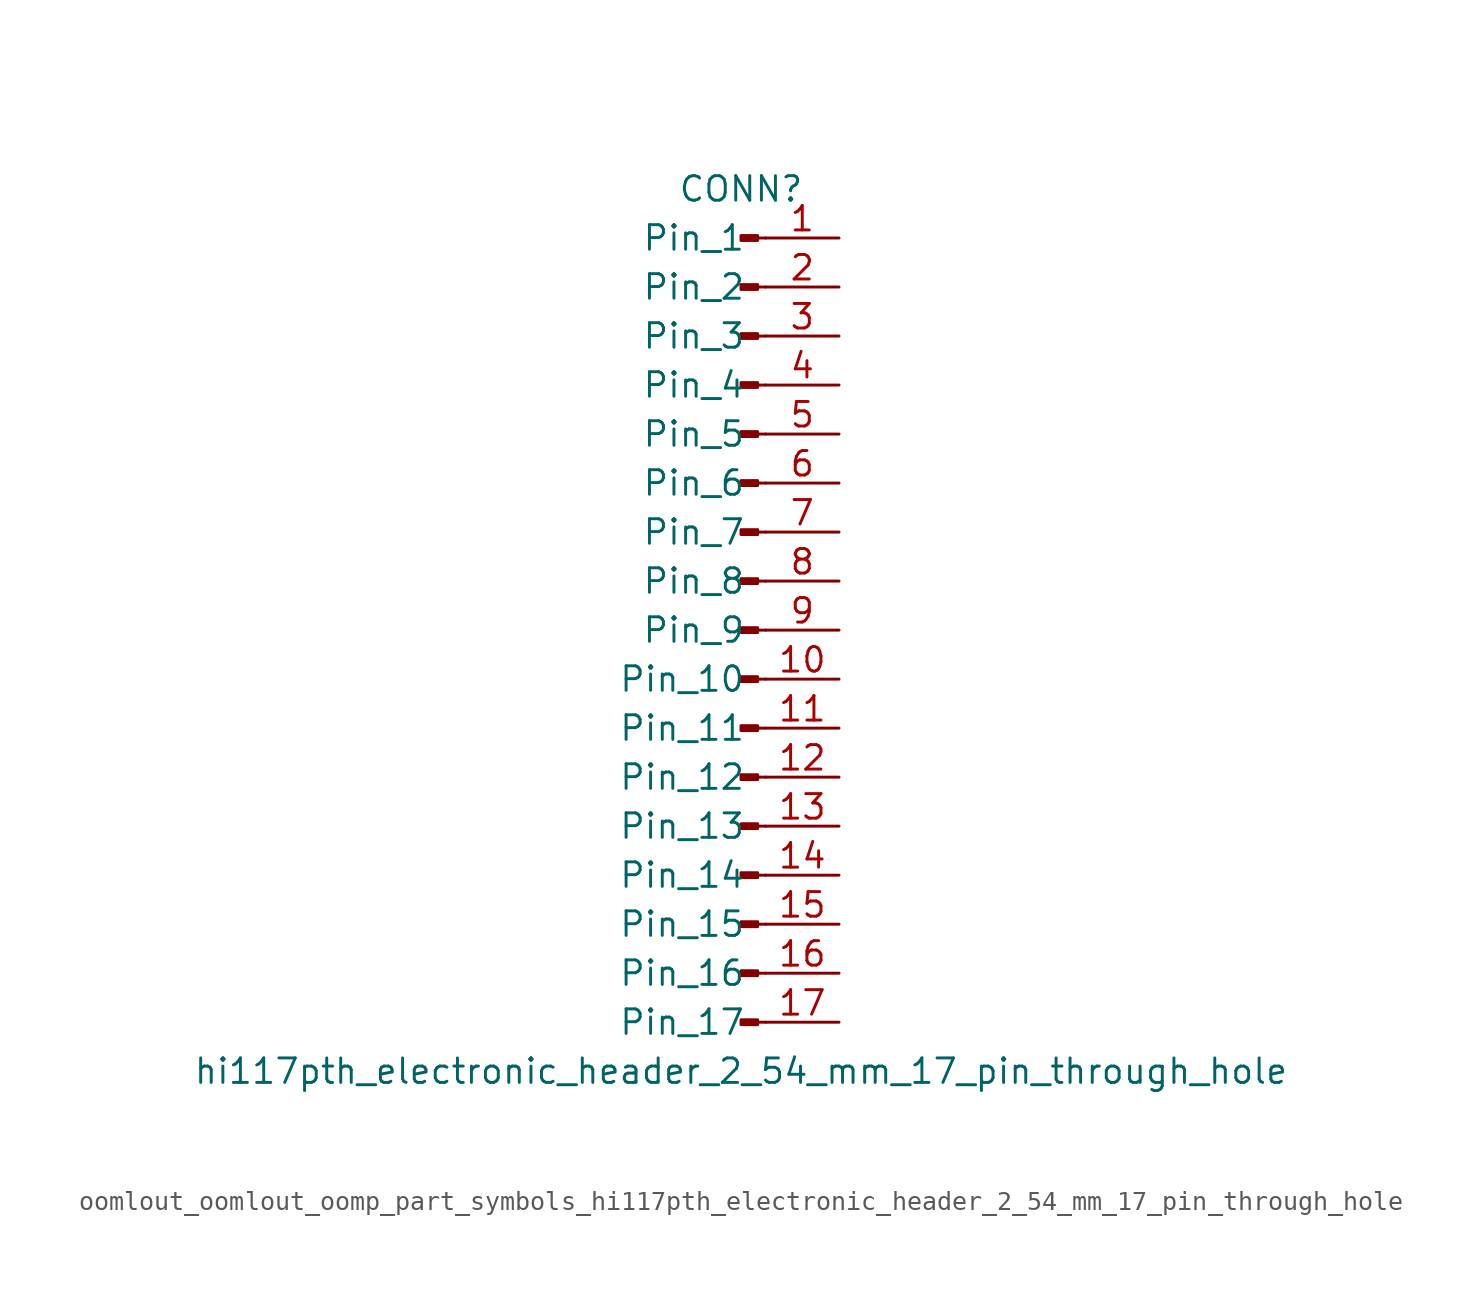
<source format=kicad_sym>
(kicad_symbol_lib
  (version 20220914)
  (generator kicad_symbol_editor)
  (symbol "oomlout_oomlout_oomp_part_symbols_hi117pth_electronic_header_2_54_mm_17_pin_through_hole"
    (pin_names
      (offset 1.016))
    (property "Reference" "CONN"
      (at 0 22.86 0)
      (effects (font (size 1.27 1.27))))
    (property "Value" "hi117pth_electronic_header_2_54_mm_17_pin_through_hole"
      (at 0 -22.86 0)
      (effects (font (size 1.27 1.27))))
    (property "ki_locked" ""
      (at 0 0 0)
      (effects (font (size 1.27 1.27))))
    (symbol "oomlout_oomlout_oomp_part_symbols_hi117pth_electronic_header_2_54_mm_17_pin_through_hole_1_1"
      (polyline (pts (xy 1.27 -20.32) (xy 0.864 -20.32)) (stroke (width 0.152) (type default)) (fill (type none)))
      (polyline (pts (xy 1.27 -17.78) (xy 0.864 -17.78)) (stroke (width 0.152) (type default)) (fill (type none)))
      (polyline (pts (xy 1.27 -15.24) (xy 0.864 -15.24)) (stroke (width 0.152) (type default)) (fill (type none)))
      (polyline (pts (xy 1.27 -12.7) (xy 0.864 -12.7)) (stroke (width 0.152) (type default)) (fill (type none)))
      (polyline (pts (xy 1.27 -10.16) (xy 0.864 -10.16)) (stroke (width 0.152) (type default)) (fill (type none)))
      (polyline (pts (xy 1.27 -7.62) (xy 0.864 -7.62)) (stroke (width 0.152) (type default)) (fill (type none)))
      (polyline (pts (xy 1.27 -5.08) (xy 0.864 -5.08)) (stroke (width 0.152) (type default)) (fill (type none)))
      (polyline (pts (xy 1.27 -2.54) (xy 0.864 -2.54)) (stroke (width 0.152) (type default)) (fill (type none)))
      (polyline (pts (xy 1.27 0) (xy 0.864 0)) (stroke (width 0.152) (type default)) (fill (type none)))
      (polyline (pts (xy 1.27 2.54) (xy 0.864 2.54)) (stroke (width 0.152) (type default)) (fill (type none)))
      (polyline (pts (xy 1.27 5.08) (xy 0.864 5.08)) (stroke (width 0.152) (type default)) (fill (type none)))
      (polyline (pts (xy 1.27 7.62) (xy 0.864 7.62)) (stroke (width 0.152) (type default)) (fill (type none)))
      (polyline (pts (xy 1.27 10.16) (xy 0.864 10.16)) (stroke (width 0.152) (type default)) (fill (type none)))
      (polyline (pts (xy 1.27 12.7) (xy 0.864 12.7)) (stroke (width 0.152) (type default)) (fill (type none)))
      (polyline (pts (xy 1.27 15.24) (xy 0.864 15.24)) (stroke (width 0.152) (type default)) (fill (type none)))
      (polyline (pts (xy 1.27 17.78) (xy 0.864 17.78)) (stroke (width 0.152) (type default)) (fill (type none)))
      (polyline (pts (xy 1.27 20.32) (xy 0.864 20.32)) (stroke (width 0.152) (type default)) (fill (type none)))
      (rectangle (start 0.864 -20.193) (end 0 -20.447) (stroke (width 0.152) (type default)) (fill (type outline)))
      (rectangle (start 0.864 -17.653) (end 0 -17.907) (stroke (width 0.152) (type default)) (fill (type outline)))
      (rectangle (start 0.864 -15.113) (end 0 -15.367) (stroke (width 0.152) (type default)) (fill (type outline)))
      (rectangle (start 0.864 -12.573) (end 0 -12.827) (stroke (width 0.152) (type default)) (fill (type outline)))
      (rectangle (start 0.864 -10.033) (end 0 -10.287) (stroke (width 0.152) (type default)) (fill (type outline)))
      (rectangle (start 0.864 -7.493) (end 0 -7.747) (stroke (width 0.152) (type default)) (fill (type outline)))
      (rectangle (start 0.864 -4.953) (end 0 -5.207) (stroke (width 0.152) (type default)) (fill (type outline)))
      (rectangle (start 0.864 -2.413) (end 0 -2.667) (stroke (width 0.152) (type default)) (fill (type outline)))
      (rectangle (start 0.864 0.127) (end 0 -0.127) (stroke (width 0.152) (type default)) (fill (type outline)))
      (rectangle (start 0.864 2.667) (end 0 2.413) (stroke (width 0.152) (type default)) (fill (type outline)))
      (rectangle (start 0.864 5.207) (end 0 4.953) (stroke (width 0.152) (type default)) (fill (type outline)))
      (rectangle (start 0.864 7.747) (end 0 7.493) (stroke (width 0.152) (type default)) (fill (type outline)))
      (rectangle (start 0.864 10.287) (end 0 10.033) (stroke (width 0.152) (type default)) (fill (type outline)))
      (rectangle (start 0.864 12.827) (end 0 12.573) (stroke (width 0.152) (type default)) (fill (type outline)))
      (rectangle (start 0.864 15.367) (end 0 15.113) (stroke (width 0.152) (type default)) (fill (type outline)))
      (rectangle (start 0.864 17.907) (end 0 17.653) (stroke (width 0.152) (type default)) (fill (type outline)))
      (rectangle (start 0.864 20.447) (end 0 20.193) (stroke (width 0.152) (type default)) (fill (type outline)))
      (pin passive line (at 5.08 20.32 180) (length 3.81) (name "Pin_1" (effects (font (size 1.27 1.27)))) (number "1" (effects (font (size 1.27 1.27)))))
      (pin passive line (at 5.08 -2.54 180) (length 3.81) (name "Pin_10" (effects (font (size 1.27 1.27)))) (number "10" (effects (font (size 1.27 1.27)))))
      (pin passive line (at 5.08 -5.08 180) (length 3.81) (name "Pin_11" (effects (font (size 1.27 1.27)))) (number "11" (effects (font (size 1.27 1.27)))))
      (pin passive line (at 5.08 -7.62 180) (length 3.81) (name "Pin_12" (effects (font (size 1.27 1.27)))) (number "12" (effects (font (size 1.27 1.27)))))
      (pin passive line (at 5.08 -10.16 180) (length 3.81) (name "Pin_13" (effects (font (size 1.27 1.27)))) (number "13" (effects (font (size 1.27 1.27)))))
      (pin passive line (at 5.08 -12.7 180) (length 3.81) (name "Pin_14" (effects (font (size 1.27 1.27)))) (number "14" (effects (font (size 1.27 1.27)))))
      (pin passive line (at 5.08 -15.24 180) (length 3.81) (name "Pin_15" (effects (font (size 1.27 1.27)))) (number "15" (effects (font (size 1.27 1.27)))))
      (pin passive line (at 5.08 -17.78 180) (length 3.81) (name "Pin_16" (effects (font (size 1.27 1.27)))) (number "16" (effects (font (size 1.27 1.27)))))
      (pin passive line (at 5.08 -20.32 180) (length 3.81) (name "Pin_17" (effects (font (size 1.27 1.27)))) (number "17" (effects (font (size 1.27 1.27)))))
      (pin passive line (at 5.08 17.78 180) (length 3.81) (name "Pin_2" (effects (font (size 1.27 1.27)))) (number "2" (effects (font (size 1.27 1.27)))))
      (pin passive line (at 5.08 15.24 180) (length 3.81) (name "Pin_3" (effects (font (size 1.27 1.27)))) (number "3" (effects (font (size 1.27 1.27)))))
      (pin passive line (at 5.08 12.7 180) (length 3.81) (name "Pin_4" (effects (font (size 1.27 1.27)))) (number "4" (effects (font (size 1.27 1.27)))))
      (pin passive line (at 5.08 10.16 180) (length 3.81) (name "Pin_5" (effects (font (size 1.27 1.27)))) (number "5" (effects (font (size 1.27 1.27)))))
      (pin passive line (at 5.08 7.62 180) (length 3.81) (name "Pin_6" (effects (font (size 1.27 1.27)))) (number "6" (effects (font (size 1.27 1.27)))))
      (pin passive line (at 5.08 5.08 180) (length 3.81) (name "Pin_7" (effects (font (size 1.27 1.27)))) (number "7" (effects (font (size 1.27 1.27)))))
      (pin passive line (at 5.08 2.54 180) (length 3.81) (name "Pin_8" (effects (font (size 1.27 1.27)))) (number "8" (effects (font (size 1.27 1.27)))))
      (pin passive line (at 5.08 0 180) (length 3.81) (name "Pin_9" (effects (font (size 1.27 1.27)))) (number "9" (effects (font (size 1.27 1.27))))))))
</source>
